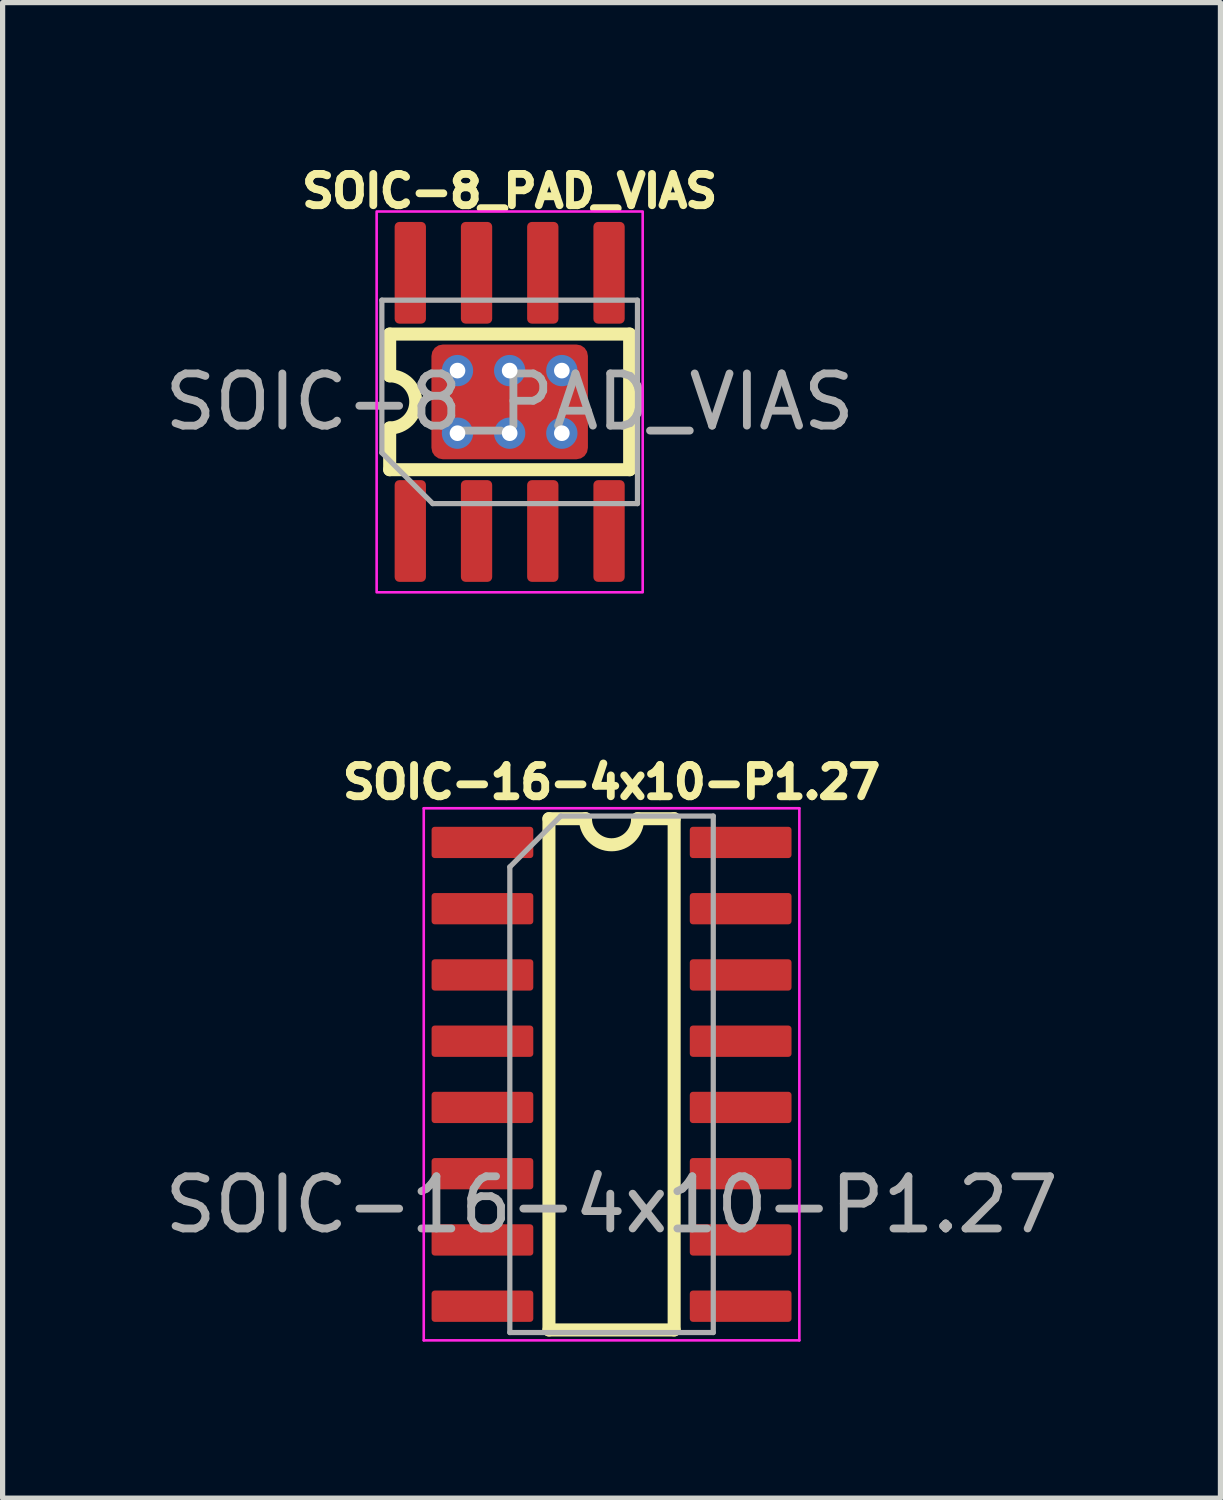
<source format=kicad_pcb>
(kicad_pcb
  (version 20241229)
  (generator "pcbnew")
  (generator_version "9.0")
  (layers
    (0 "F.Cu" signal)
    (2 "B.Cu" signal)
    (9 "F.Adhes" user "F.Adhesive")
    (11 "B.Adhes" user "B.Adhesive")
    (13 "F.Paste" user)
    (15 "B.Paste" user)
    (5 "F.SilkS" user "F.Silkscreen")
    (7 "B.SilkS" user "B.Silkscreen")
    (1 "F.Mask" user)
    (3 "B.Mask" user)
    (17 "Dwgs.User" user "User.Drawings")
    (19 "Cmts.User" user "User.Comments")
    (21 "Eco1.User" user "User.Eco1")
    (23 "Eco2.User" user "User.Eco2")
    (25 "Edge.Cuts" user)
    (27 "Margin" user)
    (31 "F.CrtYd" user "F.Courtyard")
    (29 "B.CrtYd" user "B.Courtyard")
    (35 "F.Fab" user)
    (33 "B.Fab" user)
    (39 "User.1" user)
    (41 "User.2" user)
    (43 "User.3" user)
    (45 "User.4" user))
  (footprint "SOIC-8_PAD_VIAS"
    (layer "F.Cu")
    (at 6.72 4.654)
    (property "Reference" "SOIC-8_PAD_VIAS" (at 0 -4.04 0) (unlocked yes) (layer "F.SilkS") (effects (font (size 0.6 0.6) (thickness 0.15) (bold yes))))
    (attr smd)
    (fp_line (start -2.3 -0.5) (end -2.3 -1.3) (stroke (width 0.25) (type default)) (layer "F.SilkS"))
    (fp_line (start -2.3 0.5) (end -2.3 1.3) (stroke (width 0.25) (type default)) (layer "F.SilkS"))
    (fp_line (start -2.3 1.3) (end 2.3 1.3) (stroke (width 0.25) (type default)) (layer "F.SilkS"))
    (fp_line (start 2.3 -1.3) (end -2.3 -1.3) (stroke (width 0.25) (type default)) (layer "F.SilkS"))
    (fp_line (start 2.3 1.3) (end 2.3 -1.3) (stroke (width 0.25) (type default)) (layer "F.SilkS"))
    (fp_arc (start -2.3 -0.5) (mid -1.8 0) (end -2.3 0.5) (stroke (width 0.25) (type default)) (layer "F.SilkS"))
    (fp_rect (start -2.55 3.65) (end 2.55 -3.65) (stroke (width 0.05) (type default)) (fill no) (layer "F.CrtYd"))
    (fp_line (start -2.45 -1.95) (end 2.45 -1.95) (stroke (width 0.1) (type solid)) (layer "F.Fab"))
    (fp_line (start -2.45 0.975) (end -2.45 -1.95) (stroke (width 0.1) (type solid)) (layer "F.Fab"))
    (fp_line (start -1.475 1.95) (end -2.45 0.975) (stroke (width 0.1) (type solid)) (layer "F.Fab"))
    (fp_line (start 2.45 -1.95) (end 2.45 1.95) (stroke (width 0.1) (type solid)) (layer "F.Fab"))
    (fp_line (start 2.45 1.95) (end -1.475 1.95) (stroke (width 0.1) (type solid)) (layer "F.Fab"))
    (fp_text user "${REFERENCE}" (at 0 0 0) (unlocked yes) (layer "F.Fab") (effects (font (size 1 1) (thickness 0.15))))
    (pad "" smd roundrect (at -0.75 -0.57 90) (size 0.92 1.21) (layers "F.Paste") (roundrect_rratio 0.25))
    (pad "" smd roundrect (at -0.75 0.57 90) (size 0.92 1.21) (layers "F.Paste") (roundrect_rratio 0.25))
    (pad "" smd roundrect (at 0.75 -0.57 90) (size 0.92 1.21) (layers "F.Paste") (roundrect_rratio 0.25))
    (pad "" smd roundrect (at 0.75 0.57 90) (size 0.92 1.21) (layers "F.Paste") (roundrect_rratio 0.25))
    (pad "1" smd roundrect (at -1.905 2.475 90) (size 1.95 0.6) (layers "F.Cu" "F.Mask" "F.Paste") (roundrect_rratio 0.15))
    (pad "2" smd roundrect (at -0.635 2.475 90) (size 1.95 0.6) (layers "F.Cu" "F.Mask" "F.Paste") (roundrect_rratio 0.15))
    (pad "3" smd roundrect (at 0.635 2.475 90) (size 1.95 0.6) (layers "F.Cu" "F.Mask" "F.Paste") (roundrect_rratio 0.15))
    (pad "4" smd roundrect (at 1.905 2.475 90) (size 1.95 0.6) (layers "F.Cu" "F.Mask" "F.Paste") (roundrect_rratio 0.15))
    (pad "5" smd roundrect (at 1.905 -2.475 90) (size 1.95 0.6) (layers "F.Cu" "F.Mask" "F.Paste") (roundrect_rratio 0.15))
    (pad "6" smd roundrect (at 0.635 -2.475 90) (size 1.95 0.6) (layers "F.Cu" "F.Mask" "F.Paste") (roundrect_rratio 0.15))
    (pad "7" smd roundrect (at -0.635 -2.475 90) (size 1.95 0.6) (layers "F.Cu" "F.Mask" "F.Paste") (roundrect_rratio 0.15))
    (pad "8" smd roundrect (at -1.905 -2.475 90) (size 1.95 0.6) (layers "F.Cu" "F.Mask" "F.Paste") (roundrect_rratio 0.15))
    (pad "9" thru_hole circle (at -1 -0.6 90) (size 0.6 0.6) (drill 0.3) (layers "*.Cu"))
    (pad "9" thru_hole circle (at -1 0.6 90) (size 0.6 0.6) (drill 0.3) (layers "*.Cu"))
    (pad "9" thru_hole circle (at 0 -0.6 90) (size 0.6 0.6) (drill 0.3) (layers "*.Cu"))
    (pad "9" smd roundrect (at 0 0 90) (size 2.2 3) (layers "F.Cu" "F.Mask") (roundrect_rratio 0.1))
    (pad "9" thru_hole circle (at 0 0.6 90) (size 0.6 0.6) (drill 0.3) (layers "*.Cu"))
    (pad "9" thru_hole circle (at 1 -0.6 90) (size 0.6 0.6) (drill 0.3) (layers "*.Cu"))
    (pad "9" thru_hole circle (at 1 0.6 90) (size 0.6 0.6) (drill 0.3) (layers "*.Cu")))
  (footprint "SOIC-16-4x10-P1.27"
    (layer "F.Cu")
    (at 8.673 17.544)
    (property "Reference" "SOIC-16-4x10-P1.27" (at 0 -5.6 0) (unlocked yes) (layer "F.SilkS") (effects (font (size 0.6 0.6) (thickness 0.15) (bold yes))))
    (attr smd)
    (fp_line (start -1.2 4.9) (end -1.2 -4.9) (stroke (width 0.25) (type default)) (layer "F.SilkS"))
    (fp_line (start -0.5 -4.9) (end -1.2 -4.9) (stroke (width 0.25) (type default)) (layer "F.SilkS"))
    (fp_line (start 0.5 -4.9) (end 1.2 -4.9) (stroke (width 0.25) (type default)) (layer "F.SilkS"))
    (fp_line (start 1.2 -4.9) (end 1.2 4.9) (stroke (width 0.25) (type default)) (layer "F.SilkS"))
    (fp_line (start 1.2 4.9) (end -1.2 4.9) (stroke (width 0.25) (type default)) (layer "F.SilkS"))
    (fp_arc (start 0.5 -4.9) (mid 0 -4.4) (end -0.5 -4.9) (stroke (width 0.25) (type default)) (layer "F.SilkS"))
    (fp_line (start -3.6 -5.1) (end -3.6 5.1) (stroke (width 0.05) (type solid)) (layer "F.CrtYd"))
    (fp_line (start -3.6 5.1) (end 3.6 5.1) (stroke (width 0.05) (type solid)) (layer "F.CrtYd"))
    (fp_line (start 3.6 -5.1) (end -3.6 -5.1) (stroke (width 0.05) (type solid)) (layer "F.CrtYd"))
    (fp_line (start 3.6 5.1) (end 3.6 -5.1) (stroke (width 0.05) (type solid)) (layer "F.CrtYd"))
    (fp_line (start -1.95 -3.975) (end -0.975 -4.95) (stroke (width 0.1) (type solid)) (layer "F.Fab"))
    (fp_line (start -1.95 4.95) (end -1.95 -3.975) (stroke (width 0.1) (type solid)) (layer "F.Fab"))
    (fp_line (start -0.975 -4.95) (end 1.95 -4.95) (stroke (width 0.1) (type solid)) (layer "F.Fab"))
    (fp_line (start 1.95 -4.95) (end 1.95 4.95) (stroke (width 0.1) (type solid)) (layer "F.Fab"))
    (fp_line (start 1.95 4.95) (end -1.95 4.95) (stroke (width 0.1) (type solid)) (layer "F.Fab"))
    (fp_text user "${REFERENCE}" (at 0 2.5 0) (unlocked yes) (layer "F.Fab") (effects (font (size 1 1) (thickness 0.15))))
    (pad "1" smd roundrect (at -2.475 -4.445) (size 1.95 0.6) (layers "F.Cu" "F.Mask" "F.Paste") (roundrect_rratio 0.1))
    (pad "2" smd roundrect (at -2.475 -3.175) (size 1.95 0.6) (layers "F.Cu" "F.Mask" "F.Paste") (roundrect_rratio 0.1))
    (pad "3" smd roundrect (at -2.475 -1.905) (size 1.95 0.6) (layers "F.Cu" "F.Mask" "F.Paste") (roundrect_rratio 0.1))
    (pad "4" smd roundrect (at -2.475 -0.635) (size 1.95 0.6) (layers "F.Cu" "F.Mask" "F.Paste") (roundrect_rratio 0.1))
    (pad "5" smd roundrect (at -2.475 0.635) (size 1.95 0.6) (layers "F.Cu" "F.Mask" "F.Paste") (roundrect_rratio 0.1))
    (pad "6" smd roundrect (at -2.475 1.905) (size 1.95 0.6) (layers "F.Cu" "F.Mask" "F.Paste") (roundrect_rratio 0.1))
    (pad "7" smd roundrect (at -2.475 3.175) (size 1.95 0.6) (layers "F.Cu" "F.Mask" "F.Paste") (roundrect_rratio 0.1))
    (pad "8" smd roundrect (at -2.475 4.445) (size 1.95 0.6) (layers "F.Cu" "F.Mask" "F.Paste") (roundrect_rratio 0.1))
    (pad "9" smd roundrect (at 2.475 4.445) (size 1.95 0.6) (layers "F.Cu" "F.Mask" "F.Paste") (roundrect_rratio 0.1))
    (pad "10" smd roundrect (at 2.475 3.175) (size 1.95 0.6) (layers "F.Cu" "F.Mask" "F.Paste") (roundrect_rratio 0.1))
    (pad "11" smd roundrect (at 2.475 1.905) (size 1.95 0.6) (layers "F.Cu" "F.Mask" "F.Paste") (roundrect_rratio 0.1))
    (pad "12" smd roundrect (at 2.475 0.635) (size 1.95 0.6) (layers "F.Cu" "F.Mask" "F.Paste") (roundrect_rratio 0.1))
    (pad "13" smd roundrect (at 2.475 -0.635) (size 1.95 0.6) (layers "F.Cu" "F.Mask" "F.Paste") (roundrect_rratio 0.1))
    (pad "14" smd roundrect (at 2.475 -1.905) (size 1.95 0.6) (layers "F.Cu" "F.Mask" "F.Paste") (roundrect_rratio 0.1))
    (pad "15" smd roundrect (at 2.475 -3.175) (size 1.95 0.6) (layers "F.Cu" "F.Mask" "F.Paste") (roundrect_rratio 0.1))
    (pad "16" smd roundrect (at 2.475 -4.445) (size 1.95 0.6) (layers "F.Cu" "F.Mask" "F.Paste") (roundrect_rratio 0.1)))
  (gr_rect
    (start -3 -3)
    (end 20.345 25.669)
    (stroke (width 0.1) (type default))
    (fill no)
    (layer "Edge.Cuts")))
</source>
